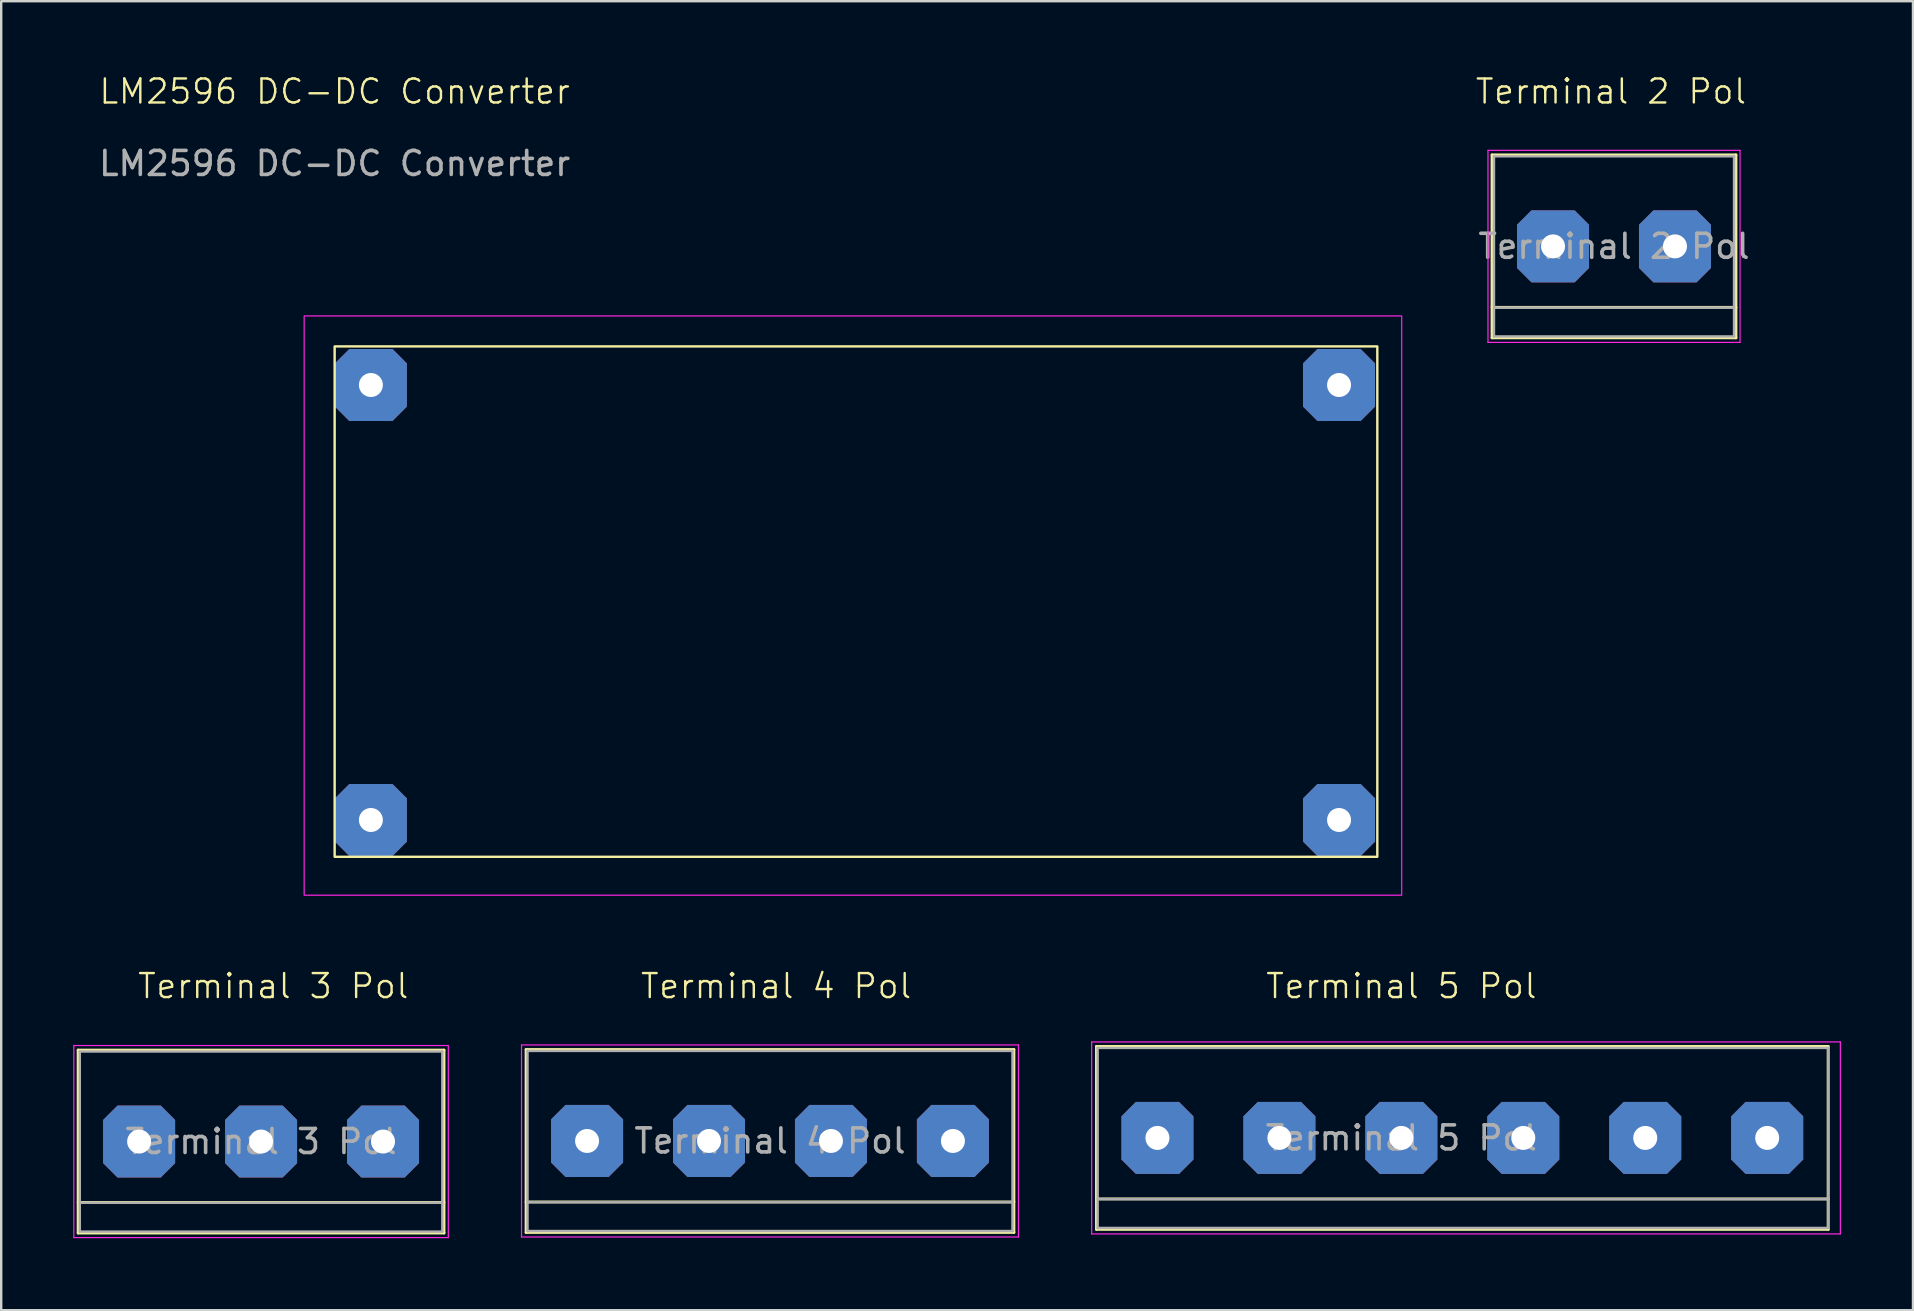
<source format=kicad_pcb>
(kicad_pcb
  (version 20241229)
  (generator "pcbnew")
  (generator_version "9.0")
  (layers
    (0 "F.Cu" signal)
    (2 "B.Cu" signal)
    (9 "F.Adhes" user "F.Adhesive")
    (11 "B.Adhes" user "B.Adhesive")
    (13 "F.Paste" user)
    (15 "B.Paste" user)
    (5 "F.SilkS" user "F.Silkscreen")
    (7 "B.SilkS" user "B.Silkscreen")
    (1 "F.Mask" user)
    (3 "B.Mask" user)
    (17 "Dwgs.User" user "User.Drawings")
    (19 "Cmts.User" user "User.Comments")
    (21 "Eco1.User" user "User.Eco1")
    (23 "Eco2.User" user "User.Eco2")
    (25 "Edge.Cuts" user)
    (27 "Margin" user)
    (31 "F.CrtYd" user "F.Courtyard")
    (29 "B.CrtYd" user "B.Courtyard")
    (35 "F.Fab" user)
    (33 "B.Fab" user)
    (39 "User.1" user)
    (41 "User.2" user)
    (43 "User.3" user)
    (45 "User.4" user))
  (footprint "Terminal 2 Pol"
    (layer "F.Cu")
    (at 61.644 7.213)
    (property "Reference" "Terminal 2 Pol" (at 2.413 -6.453 0) (unlocked yes) (layer "F.SilkS") (effects (font (size 1 1) (thickness 0.1))))
    (attr through_hole)
    (fp_line (start -2.54 -3.81) (end -2.54 3.81) (stroke (width 0.12) (type solid)) (layer "F.SilkS"))
    (fp_line (start -2.54 3.81) (end 7.62 3.81) (stroke (width 0.12) (type solid)) (layer "F.SilkS"))
    (fp_line (start 7.62 -3.81) (end -2.54 -3.81) (stroke (width 0.12) (type solid)) (layer "F.SilkS"))
    (fp_line (start 7.62 2.54) (end -2.54 2.54) (stroke (width 0.12) (type solid)) (layer "F.SilkS"))
    (fp_line (start 7.62 3.81) (end 7.62 -3.81) (stroke (width 0.12) (type solid)) (layer "F.SilkS"))
    (fp_line (start -2.71 -4) (end -2.71 4) (stroke (width 0.05) (type solid)) (layer "F.CrtYd"))
    (fp_line (start -2.71 -4) (end 7.79 -4) (stroke (width 0.05) (type solid)) (layer "F.CrtYd"))
    (fp_line (start 7.79 4) (end -2.71 4) (stroke (width 0.05) (type solid)) (layer "F.CrtYd"))
    (fp_line (start 7.79 4) (end 7.79 -4) (stroke (width 0.05) (type solid)) (layer "F.CrtYd"))
    (fp_line (start -2.46 -3.75) (end -2.46 3.75) (stroke (width 0.1) (type solid)) (layer "F.Fab"))
    (fp_line (start -2.46 3.75) (end 7.54 3.75) (stroke (width 0.1) (type solid)) (layer "F.Fab"))
    (fp_line (start -2.41 2.55) (end 7.49 2.55) (stroke (width 0.1) (type solid)) (layer "F.Fab"))
    (fp_line (start 7.54 -3.75) (end -2.46 -3.75) (stroke (width 0.1) (type solid)) (layer "F.Fab"))
    (fp_line (start 7.54 3.75) (end 7.54 -3.75) (stroke (width 0.1) (type solid)) (layer "F.Fab"))
    (fp_text user "${REFERENCE}" (at 2.54 0 0) (layer "F.Fab") (effects (font (size 1 1) (thickness 0.15))))
    (pad "1" thru_hole roundrect (at 0 0) (size 3 3) (drill 1) (layers "*.Cu" "*.Mask") (roundrect_rratio 0) (chamfer_ratio 0.2) (chamfer top_left top_right bottom_left bottom_right))
    (pad "2" thru_hole roundrect (at 5.08 0) (size 3 3) (drill 1) (layers "*.Cu" "*.Mask") (roundrect_rratio 0) (chamfer_ratio 0.2) (chamfer top_left top_right bottom_left bottom_right)))
  (footprint "LM2596 DC-DC Converter"
    (layer "F.Cu")
    (at 10.89 11.38)
    (property "Reference" "LM2596 DC-DC Converter" (at 0 -10.62 0) (unlocked yes) (layer "F.SilkS") (effects (font (size 1 1) (thickness 0.1))))
    (attr through_hole)
    (fp_rect (start 0 0) (end 43.434 21.26) (stroke (width 0.1) (type default)) (fill no) (layer "F.SilkS"))
    (fp_rect (start -1.27 -1.27) (end 44.45 22.86) (stroke (width 0.05) (type default)) (fill no) (layer "F.CrtYd"))
    (fp_text user "${REFERENCE}" (at 0 -7.62 0) (unlocked yes) (layer "F.Fab") (effects (font (size 1 1) (thickness 0.15))))
    (dimension (type aligned) (layer "User.1") (pts (xy 10.89 11.38) (xy 10.89 32.641)) (height 4.93) (format (prefix "") (suffix "") (units 3) (units_format 1) (precision 4)) (style (thickness 0.1) (arrow_length 1.27) (text_position_mode 0) (arrow_direction outward) (extension_height 0.586) (extension_offset 0.5) (keep_text_aligned yes)) (gr_text "21.2600 mm" (at 4.86 22.011 90) (layer "User.1") (effects (font (size 1 1) (thickness 0.1)))))
    (dimension (type aligned) (layer "User.1") (pts (xy 10.89 11.38) (xy 54.324 11.38)) (height -3.302) (format (prefix "") (suffix "") (units 3) (units_format 1) (precision 4)) (style (thickness 0.1) (arrow_length 1.27) (text_position_mode 0) (arrow_direction outward) (extension_height 0.586) (extension_offset 0.5) (keep_text_aligned yes)) (gr_text "43.4340 mm" (at 32.607 6.979 0) (layer "User.1") (effects (font (size 1 1) (thickness 0.1)))))
    (pad "1" thru_hole roundrect (at 1.51 1.608) (size 3 3) (drill 1) (layers "*.Cu" "*.Mask") (roundrect_rratio 0) (chamfer_ratio 0.2) (chamfer top_left top_right bottom_left bottom_right))
    (pad "2" thru_hole roundrect (at 1.51 19.728) (size 3 3) (drill 1) (layers "*.Cu" "*.Mask") (roundrect_rratio 0) (chamfer_ratio 0.2) (chamfer top_left top_right bottom_left bottom_right))
    (pad "3" thru_hole roundrect (at 41.84 19.728) (size 3 3) (drill 1) (layers "*.Cu" "*.Mask") (roundrect_rratio 0) (chamfer_ratio 0.2) (chamfer top_left top_right bottom_left bottom_right))
    (pad "4" thru_hole roundrect (at 41.84 1.608) (size 3 3) (drill 1) (layers "*.Cu" "*.Mask") (roundrect_rratio 0) (chamfer_ratio 0.2) (chamfer top_left top_right bottom_left bottom_right)))
  (footprint "Terminal 5 Pol"
    (layer "F.Cu")
    (at 45.165 44.352)
    (property "Reference" "Terminal 5 Pol" (at 10.16 -6.326 0) (unlocked yes) (layer "F.SilkS") (effects (font (size 1 1) (thickness 0.1))))
    (attr through_hole)
    (fp_line (start -2.54 -3.81) (end -2.54 3.81) (stroke (width 0.12) (type solid)) (layer "F.SilkS"))
    (fp_line (start -2.54 -3.81) (end 27.94 -3.81) (stroke (width 0.12) (type solid)) (layer "F.SilkS"))
    (fp_line (start -2.54 2.54) (end 27.94 2.54) (stroke (width 0.12) (type solid)) (layer "F.SilkS"))
    (fp_line (start -2.54 3.81) (end 27.94 3.81) (stroke (width 0.12) (type solid)) (layer "F.SilkS"))
    (fp_line (start 27.94 -3.81) (end 27.94 3.81) (stroke (width 0.12) (type solid)) (layer "F.SilkS"))
    (fp_line (start -2.74 -4) (end -2.74 4) (stroke (width 0.05) (type solid)) (layer "F.CrtYd"))
    (fp_line (start -2.74 -4) (end 28.448 -4) (stroke (width 0.05) (type solid)) (layer "F.CrtYd"))
    (fp_line (start 28.448 4) (end -2.74 4) (stroke (width 0.05) (type solid)) (layer "F.CrtYd"))
    (fp_line (start 28.448 4) (end 28.448 -4) (stroke (width 0.05) (type solid)) (layer "F.CrtYd"))
    (fp_line (start -2.49 -3.75) (end -2.49 3.75) (stroke (width 0.1) (type solid)) (layer "F.Fab"))
    (fp_line (start -2.49 2.55) (end 27.94 2.55) (stroke (width 0.1) (type solid)) (layer "F.Fab"))
    (fp_line (start -2.49 3.75) (end 27.94 3.75) (stroke (width 0.1) (type solid)) (layer "F.Fab"))
    (fp_line (start 27.94 -3.75) (end -2.49 -3.75) (stroke (width 0.1) (type solid)) (layer "F.Fab"))
    (fp_line (start 27.94 3.75) (end 27.94 -3.75) (stroke (width 0.1) (type solid)) (layer "F.Fab"))
    (fp_text user "${REFERENCE}" (at 10.16 0 0) (layer "F.Fab") (effects (font (size 1 1) (thickness 0.15))))
    (pad "1" thru_hole roundrect (at 0 0) (size 3 3) (drill 1) (layers "*.Cu" "*.Mask") (roundrect_rratio 0) (chamfer_ratio 0.2) (chamfer top_left top_right bottom_left bottom_right))
    (pad "2" thru_hole roundrect (at 5.08 0) (size 3 3) (drill 1) (layers "*.Cu" "*.Mask") (roundrect_rratio 0) (chamfer_ratio 0.2) (chamfer top_left top_right bottom_left bottom_right))
    (pad "3" thru_hole roundrect (at 10.16 0) (size 3 3) (drill 1) (layers "*.Cu" "*.Mask") (roundrect_rratio 0) (chamfer_ratio 0.2) (chamfer top_left top_right bottom_left bottom_right))
    (pad "4" thru_hole roundrect (at 15.24 0) (size 3 3) (drill 1) (layers "*.Cu" "*.Mask") (roundrect_rratio 0) (chamfer_ratio 0.2) (chamfer top_left top_right bottom_left bottom_right))
    (pad "5" thru_hole roundrect (at 20.32 0) (size 3 3) (drill 1) (layers "*.Cu" "*.Mask") (roundrect_rratio 0) (chamfer_ratio 0.2) (chamfer top_left top_right bottom_left bottom_right))
    (pad "6" thru_hole roundrect (at 25.4 0) (size 3 3) (drill 1) (layers "*.Cu" "*.Mask") (roundrect_rratio 0) (chamfer_ratio 0.2) (chamfer top_left top_right bottom_left bottom_right)))
  (footprint "Terminal 3 Pol"
    (layer "F.Cu")
    (at 2.745 44.503)
    (property "Reference" "Terminal 3 Pol" (at 5.588 -6.477 0) (unlocked yes) (layer "F.SilkS") (effects (font (size 1 1) (thickness 0.1))))
    (attr through_hole)
    (fp_line (start -2.54 -3.81) (end 12.7 -3.81) (stroke (width 0.12) (type solid)) (layer "F.SilkS"))
    (fp_line (start -2.54 2.54) (end 12.7 2.54) (stroke (width 0.12) (type solid)) (layer "F.SilkS"))
    (fp_line (start -2.54 3.81) (end -2.54 -3.81) (stroke (width 0.12) (type solid)) (layer "F.SilkS"))
    (fp_line (start -2.54 3.81) (end 12.7 3.81) (stroke (width 0.12) (type solid)) (layer "F.SilkS"))
    (fp_line (start 12.7 3.81) (end 12.7 -3.81) (stroke (width 0.12) (type solid)) (layer "F.SilkS"))
    (fp_line (start -2.72 -4) (end -2.72 4) (stroke (width 0.05) (type solid)) (layer "F.CrtYd"))
    (fp_line (start -2.72 -4) (end 12.88 -4) (stroke (width 0.05) (type solid)) (layer "F.CrtYd"))
    (fp_line (start 12.88 4) (end -2.72 4) (stroke (width 0.05) (type solid)) (layer "F.CrtYd"))
    (fp_line (start 12.88 4) (end 12.88 -4) (stroke (width 0.05) (type solid)) (layer "F.CrtYd"))
    (fp_line (start -2.47 -3.75) (end 12.63 -3.75) (stroke (width 0.1) (type solid)) (layer "F.Fab"))
    (fp_line (start -2.47 2.55) (end 12.63 2.55) (stroke (width 0.1) (type solid)) (layer "F.Fab"))
    (fp_line (start -2.47 3.75) (end -2.47 -3.75) (stroke (width 0.1) (type solid)) (layer "F.Fab"))
    (fp_line (start 12.63 -3.75) (end 12.63 3.75) (stroke (width 0.1) (type solid)) (layer "F.Fab"))
    (fp_line (start 12.63 3.75) (end -2.47 3.75) (stroke (width 0.1) (type solid)) (layer "F.Fab"))
    (fp_text user "${REFERENCE}" (at 5.08 0 0) (layer "F.Fab") (effects (font (size 1 1) (thickness 0.15))))
    (pad "1" thru_hole roundrect (at 0 0) (size 3 3) (drill 1) (layers "*.Cu" "*.Mask") (roundrect_rratio 0) (chamfer_ratio 0.2) (chamfer top_left top_right bottom_left bottom_right))
    (pad "2" thru_hole roundrect (at 5.08 0) (size 3 3) (drill 1) (layers "*.Cu" "*.Mask") (roundrect_rratio 0) (chamfer_ratio 0.2) (chamfer top_left top_right bottom_left bottom_right))
    (pad "3" thru_hole roundrect (at 10.16 0) (size 3 3) (drill 1) (layers "*.Cu" "*.Mask") (roundrect_rratio 0) (chamfer_ratio 0.2) (chamfer top_left top_right bottom_left bottom_right)))
  (footprint "Terminal 4 Pol"
    (layer "F.Cu")
    (at 21.405 44.479)
    (property "Reference" "Terminal 4 Pol" (at 7.874 -6.453 0) (unlocked yes) (layer "F.SilkS") (effects (font (size 1 1) (thickness 0.1))))
    (attr through_hole)
    (fp_line (start -2.54 -3.81) (end -2.54 3.81) (stroke (width 0.12) (type solid)) (layer "F.SilkS"))
    (fp_line (start -2.54 -3.81) (end 17.78 -3.81) (stroke (width 0.12) (type solid)) (layer "F.SilkS"))
    (fp_line (start -2.54 3.81) (end 17.78 3.81) (stroke (width 0.12) (type solid)) (layer "F.SilkS"))
    (fp_line (start 17.78 2.54) (end -2.54 2.54) (stroke (width 0.12) (type solid)) (layer "F.SilkS"))
    (fp_line (start 17.78 3.81) (end 17.78 -3.81) (stroke (width 0.12) (type solid)) (layer "F.SilkS"))
    (fp_line (start -2.73 -4) (end -2.73 4) (stroke (width 0.05) (type solid)) (layer "F.CrtYd"))
    (fp_line (start -2.73 -4) (end 17.97 -4) (stroke (width 0.05) (type solid)) (layer "F.CrtYd"))
    (fp_line (start 17.97 4) (end -2.73 4) (stroke (width 0.05) (type solid)) (layer "F.CrtYd"))
    (fp_line (start 17.97 4) (end 17.97 -4) (stroke (width 0.05) (type solid)) (layer "F.CrtYd"))
    (fp_line (start -2.48 -3.75) (end 17.72 -3.75) (stroke (width 0.1) (type solid)) (layer "F.Fab"))
    (fp_line (start -2.48 2.55) (end 17.72 2.55) (stroke (width 0.1) (type solid)) (layer "F.Fab"))
    (fp_line (start -2.48 3.75) (end -2.48 -3.75) (stroke (width 0.1) (type solid)) (layer "F.Fab"))
    (fp_line (start -2.43 3.75) (end -2.48 3.75) (stroke (width 0.1) (type solid)) (layer "F.Fab"))
    (fp_line (start 17.72 -3.75) (end 17.72 3.75) (stroke (width 0.1) (type solid)) (layer "F.Fab"))
    (fp_line (start 17.72 3.75) (end -2.43 3.75) (stroke (width 0.1) (type solid)) (layer "F.Fab"))
    (fp_text user "${REFERENCE}" (at 7.62 0 0) (layer "F.Fab") (effects (font (size 1 1) (thickness 0.15))))
    (pad "1" thru_hole roundrect (at 0 0) (size 3 3) (drill 1) (layers "*.Cu" "*.Mask") (roundrect_rratio 0) (chamfer_ratio 0.2) (chamfer top_left top_right bottom_left bottom_right))
    (pad "2" thru_hole roundrect (at 5.08 0) (size 3 3) (drill 1) (layers "*.Cu" "*.Mask") (roundrect_rratio 0) (chamfer_ratio 0.2) (chamfer top_left top_right bottom_left bottom_right))
    (pad "3" thru_hole roundrect (at 10.16 0) (size 3 3) (drill 1) (layers "*.Cu" "*.Mask") (roundrect_rratio 0) (chamfer_ratio 0.2) (chamfer top_left top_right bottom_left bottom_right))
    (pad "4" thru_hole roundrect (at 15.24 0) (size 3 3) (drill 1) (layers "*.Cu" "*.Mask") (roundrect_rratio 0) (chamfer_ratio 0.2) (chamfer top_left top_right bottom_left bottom_right)))
  (gr_rect
    (start -3 -3)
    (end 76.638 51.528)
    (stroke (width 0.1) (type default))
    (fill no)
    (layer "Edge.Cuts")))
</source>
